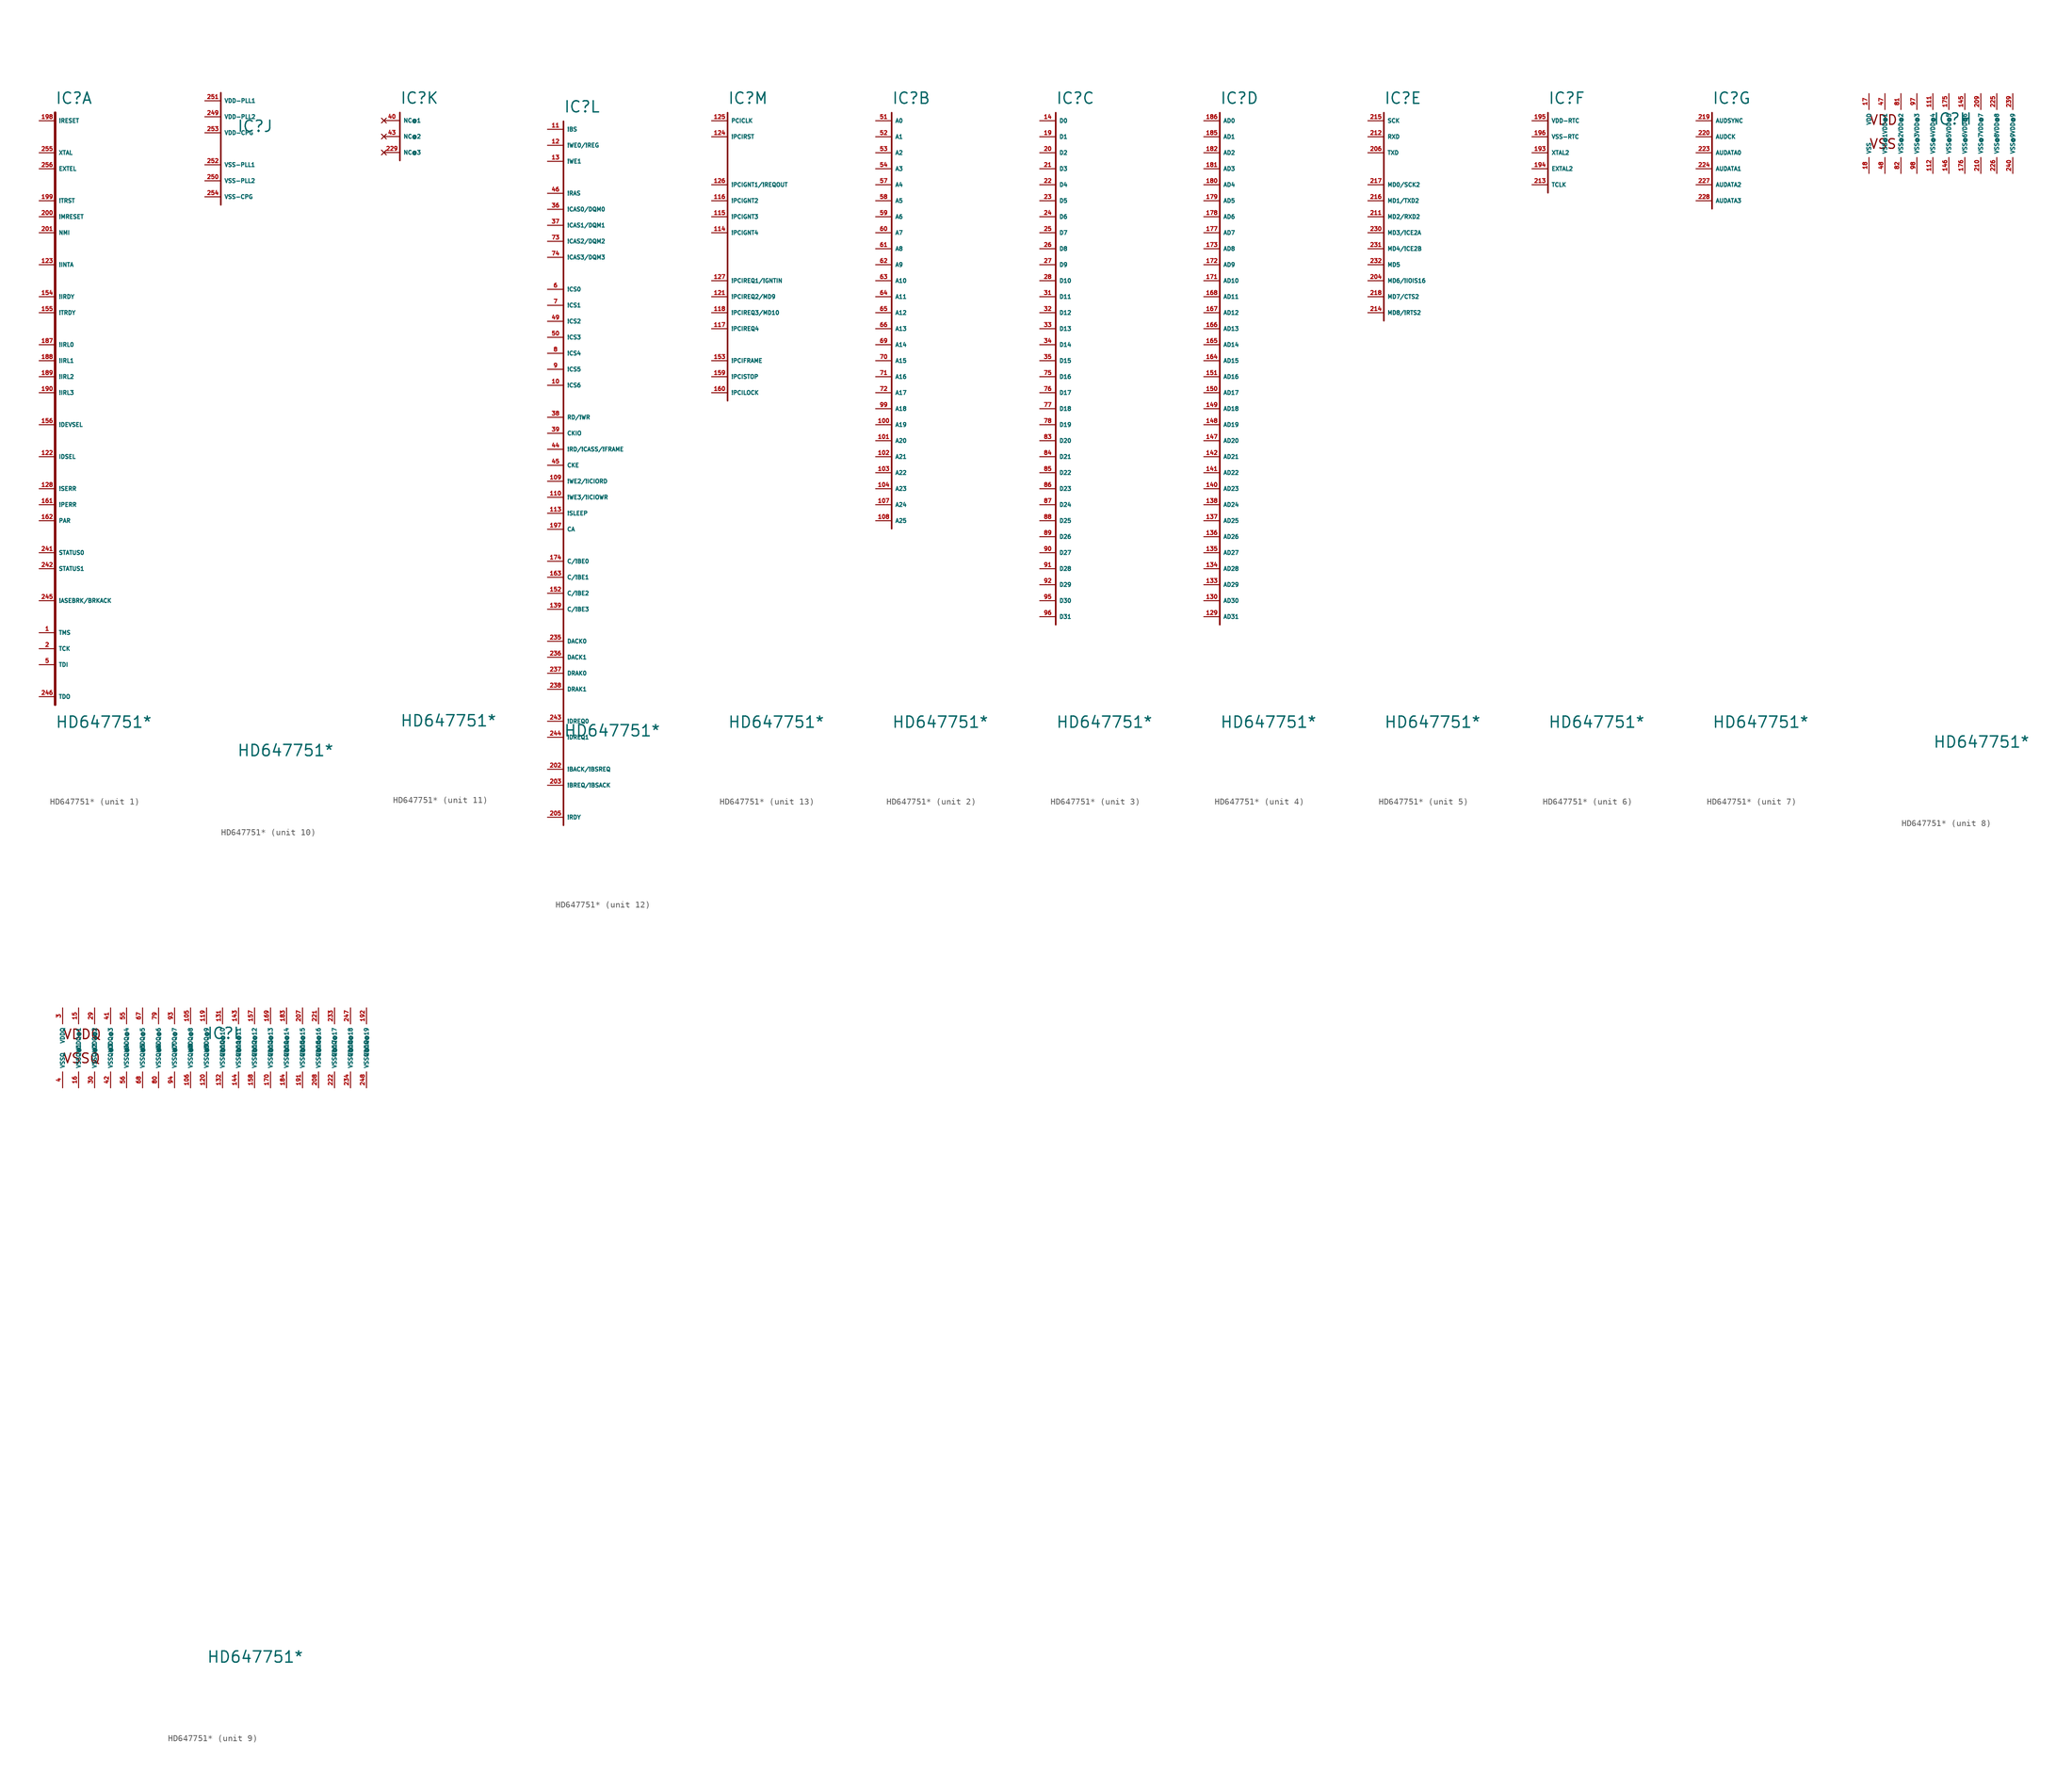
<source format=kicad_sym>
(kicad_symbol_lib
  (version 20220914)
  (generator Eagle2Kicad)
  (symbol "HD647751*"
    (property "Reference" "IC"
      (at 0 2.54 0)
      (effects (font (size 1.778 1.778) (thickness 0.22)) (justify left bottom)))
    (property "Value" "HD647751*"
      (at 0 -96.52 0)
      (effects (font (size 1.778 1.778) (thickness 0.22)) (justify left bottom)))
    (symbol "HD647751*_1_0"
      (polyline (pts (xy 0 1.27) (xy 0 -92.71)) (stroke (width 0.406) (type default)) (fill (type none)))
      (pin input line (at -2.54 -81.28 0) (length 2.54) (name "TMS" (effects (font (size 0.635 0.635) (thickness 0.08)) (justify left bottom))) (number "1" (effects (font (size 0.635 0.635) (thickness 0.08)) (justify left bottom))))
      (pin input line (at -2.54 -83.82 0) (length 2.54) (name "TCK" (effects (font (size 0.635 0.635) (thickness 0.08)) (justify left bottom))) (number "2" (effects (font (size 0.635 0.635) (thickness 0.08)) (justify left bottom))))
      (pin input line (at -2.54 -86.36 0) (length 2.54) (name "TDI" (effects (font (size 0.635 0.635) (thickness 0.08)) (justify left bottom))) (number "5" (effects (font (size 0.635 0.635) (thickness 0.08)) (justify left bottom))))
      (pin input line (at -2.54 -53.34 0) (length 2.54) (name "IDSEL" (effects (font (size 0.635 0.635) (thickness 0.08)) (justify left bottom))) (number "122" (effects (font (size 0.635 0.635) (thickness 0.08)) (justify left bottom))))
      (pin output line (at -2.54 -22.86 0) (length 2.54) (name "!INTA" (effects (font (size 0.635 0.635) (thickness 0.08)) (justify left bottom))) (number "123" (effects (font (size 0.635 0.635) (thickness 0.08)) (justify left bottom))))
      (pin bidirectional line (at -2.54 -58.42 0) (length 2.54) (name "!SERR" (effects (font (size 0.635 0.635) (thickness 0.08)) (justify left bottom))) (number "128" (effects (font (size 0.635 0.635) (thickness 0.08)) (justify left bottom))))
      (pin bidirectional line (at -2.54 -27.94 0) (length 2.54) (name "!IRDY" (effects (font (size 0.635 0.635) (thickness 0.08)) (justify left bottom))) (number "154" (effects (font (size 0.635 0.635) (thickness 0.08)) (justify left bottom))))
      (pin bidirectional line (at -2.54 -30.48 0) (length 2.54) (name "!TRDY" (effects (font (size 0.635 0.635) (thickness 0.08)) (justify left bottom))) (number "155" (effects (font (size 0.635 0.635) (thickness 0.08)) (justify left bottom))))
      (pin bidirectional line (at -2.54 -48.26 0) (length 2.54) (name "!DEVSEL" (effects (font (size 0.635 0.635) (thickness 0.08)) (justify left bottom))) (number "156" (effects (font (size 0.635 0.635) (thickness 0.08)) (justify left bottom))))
      (pin bidirectional line (at -2.54 -60.96 0) (length 2.54) (name "!PERR" (effects (font (size 0.635 0.635) (thickness 0.08)) (justify left bottom))) (number "161" (effects (font (size 0.635 0.635) (thickness 0.08)) (justify left bottom))))
      (pin bidirectional line (at -2.54 -63.5 0) (length 2.54) (name "PAR" (effects (font (size 0.635 0.635) (thickness 0.08)) (justify left bottom))) (number "162" (effects (font (size 0.635 0.635) (thickness 0.08)) (justify left bottom))))
      (pin input line (at -2.54 -35.56 0) (length 2.54) (name "!IRL0" (effects (font (size 0.635 0.635) (thickness 0.08)) (justify left bottom))) (number "187" (effects (font (size 0.635 0.635) (thickness 0.08)) (justify left bottom))))
      (pin input line (at -2.54 -38.1 0) (length 2.54) (name "!IRL1" (effects (font (size 0.635 0.635) (thickness 0.08)) (justify left bottom))) (number "188" (effects (font (size 0.635 0.635) (thickness 0.08)) (justify left bottom))))
      (pin input line (at -2.54 -40.64 0) (length 2.54) (name "!IRL2" (effects (font (size 0.635 0.635) (thickness 0.08)) (justify left bottom))) (number "189" (effects (font (size 0.635 0.635) (thickness 0.08)) (justify left bottom))))
      (pin input line (at -2.54 -43.18 0) (length 2.54) (name "!IRL3" (effects (font (size 0.635 0.635) (thickness 0.08)) (justify left bottom))) (number "190" (effects (font (size 0.635 0.635) (thickness 0.08)) (justify left bottom))))
      (pin input line (at -2.54 0 0) (length 2.54) (name "!RESET" (effects (font (size 0.635 0.635) (thickness 0.08)) (justify left bottom))) (number "198" (effects (font (size 0.635 0.635) (thickness 0.08)) (justify left bottom))))
      (pin input line (at -2.54 -12.7 0) (length 2.54) (name "!TRST" (effects (font (size 0.635 0.635) (thickness 0.08)) (justify left bottom))) (number "199" (effects (font (size 0.635 0.635) (thickness 0.08)) (justify left bottom))))
      (pin input line (at -2.54 -15.24 0) (length 2.54) (name "!MRESET" (effects (font (size 0.635 0.635) (thickness 0.08)) (justify left bottom))) (number "200" (effects (font (size 0.635 0.635) (thickness 0.08)) (justify left bottom))))
      (pin input line (at -2.54 -17.78 0) (length 2.54) (name "NMI" (effects (font (size 0.635 0.635) (thickness 0.08)) (justify left bottom))) (number "201" (effects (font (size 0.635 0.635) (thickness 0.08)) (justify left bottom))))
      (pin output line (at -2.54 -68.58 0) (length 2.54) (name "STATUS0" (effects (font (size 0.635 0.635) (thickness 0.08)) (justify left bottom))) (number "241" (effects (font (size 0.635 0.635) (thickness 0.08)) (justify left bottom))))
      (pin output line (at -2.54 -71.12 0) (length 2.54) (name "STATUS1" (effects (font (size 0.635 0.635) (thickness 0.08)) (justify left bottom))) (number "242" (effects (font (size 0.635 0.635) (thickness 0.08)) (justify left bottom))))
      (pin bidirectional line (at -2.54 -76.2 0) (length 2.54) (name "!ASEBRK/BRKACK" (effects (font (size 0.635 0.635) (thickness 0.08)) (justify left bottom))) (number "245" (effects (font (size 0.635 0.635) (thickness 0.08)) (justify left bottom))))
      (pin output line (at -2.54 -91.44 0) (length 2.54) (name "TDO" (effects (font (size 0.635 0.635) (thickness 0.08)) (justify left bottom))) (number "246" (effects (font (size 0.635 0.635) (thickness 0.08)) (justify left bottom))))
      (pin output line (at -2.54 -5.08 0) (length 2.54) (name "XTAL" (effects (font (size 0.635 0.635) (thickness 0.08)) (justify left bottom))) (number "255" (effects (font (size 0.635 0.635) (thickness 0.08)) (justify left bottom))))
      (pin input line (at -2.54 -7.62 0) (length 2.54) (name "EXTEL" (effects (font (size 0.635 0.635) (thickness 0.08)) (justify left bottom))) (number "256" (effects (font (size 0.635 0.635) (thickness 0.08)) (justify left bottom)))))
    (symbol "HD647751*_2_0"
      (polyline (pts (xy 0 1.27) (xy 0 -64.77)) (stroke (width 0.254) (type default)) (fill (type none)))
      (pin output line (at -2.54 0 0) (length 2.54) (name "A0" (effects (font (size 0.635 0.635) (thickness 0.08)) (justify left bottom))) (number "51" (effects (font (size 0.635 0.635) (thickness 0.08)) (justify left bottom))))
      (pin output line (at -2.54 -2.54 0) (length 2.54) (name "A1" (effects (font (size 0.635 0.635) (thickness 0.08)) (justify left bottom))) (number "52" (effects (font (size 0.635 0.635) (thickness 0.08)) (justify left bottom))))
      (pin output line (at -2.54 -5.08 0) (length 2.54) (name "A2" (effects (font (size 0.635 0.635) (thickness 0.08)) (justify left bottom))) (number "53" (effects (font (size 0.635 0.635) (thickness 0.08)) (justify left bottom))))
      (pin output line (at -2.54 -7.62 0) (length 2.54) (name "A3" (effects (font (size 0.635 0.635) (thickness 0.08)) (justify left bottom))) (number "54" (effects (font (size 0.635 0.635) (thickness 0.08)) (justify left bottom))))
      (pin output line (at -2.54 -10.16 0) (length 2.54) (name "A4" (effects (font (size 0.635 0.635) (thickness 0.08)) (justify left bottom))) (number "57" (effects (font (size 0.635 0.635) (thickness 0.08)) (justify left bottom))))
      (pin output line (at -2.54 -12.7 0) (length 2.54) (name "A5" (effects (font (size 0.635 0.635) (thickness 0.08)) (justify left bottom))) (number "58" (effects (font (size 0.635 0.635) (thickness 0.08)) (justify left bottom))))
      (pin output line (at -2.54 -15.24 0) (length 2.54) (name "A6" (effects (font (size 0.635 0.635) (thickness 0.08)) (justify left bottom))) (number "59" (effects (font (size 0.635 0.635) (thickness 0.08)) (justify left bottom))))
      (pin output line (at -2.54 -17.78 0) (length 2.54) (name "A7" (effects (font (size 0.635 0.635) (thickness 0.08)) (justify left bottom))) (number "60" (effects (font (size 0.635 0.635) (thickness 0.08)) (justify left bottom))))
      (pin output line (at -2.54 -20.32 0) (length 2.54) (name "A8" (effects (font (size 0.635 0.635) (thickness 0.08)) (justify left bottom))) (number "61" (effects (font (size 0.635 0.635) (thickness 0.08)) (justify left bottom))))
      (pin output line (at -2.54 -22.86 0) (length 2.54) (name "A9" (effects (font (size 0.635 0.635) (thickness 0.08)) (justify left bottom))) (number "62" (effects (font (size 0.635 0.635) (thickness 0.08)) (justify left bottom))))
      (pin output line (at -2.54 -25.4 0) (length 2.54) (name "A10" (effects (font (size 0.635 0.635) (thickness 0.08)) (justify left bottom))) (number "63" (effects (font (size 0.635 0.635) (thickness 0.08)) (justify left bottom))))
      (pin output line (at -2.54 -27.94 0) (length 2.54) (name "A11" (effects (font (size 0.635 0.635) (thickness 0.08)) (justify left bottom))) (number "64" (effects (font (size 0.635 0.635) (thickness 0.08)) (justify left bottom))))
      (pin output line (at -2.54 -30.48 0) (length 2.54) (name "A12" (effects (font (size 0.635 0.635) (thickness 0.08)) (justify left bottom))) (number "65" (effects (font (size 0.635 0.635) (thickness 0.08)) (justify left bottom))))
      (pin output line (at -2.54 -33.02 0) (length 2.54) (name "A13" (effects (font (size 0.635 0.635) (thickness 0.08)) (justify left bottom))) (number "66" (effects (font (size 0.635 0.635) (thickness 0.08)) (justify left bottom))))
      (pin output line (at -2.54 -35.56 0) (length 2.54) (name "A14" (effects (font (size 0.635 0.635) (thickness 0.08)) (justify left bottom))) (number "69" (effects (font (size 0.635 0.635) (thickness 0.08)) (justify left bottom))))
      (pin output line (at -2.54 -38.1 0) (length 2.54) (name "A15" (effects (font (size 0.635 0.635) (thickness 0.08)) (justify left bottom))) (number "70" (effects (font (size 0.635 0.635) (thickness 0.08)) (justify left bottom))))
      (pin output line (at -2.54 -40.64 0) (length 2.54) (name "A16" (effects (font (size 0.635 0.635) (thickness 0.08)) (justify left bottom))) (number "71" (effects (font (size 0.635 0.635) (thickness 0.08)) (justify left bottom))))
      (pin output line (at -2.54 -43.18 0) (length 2.54) (name "A17" (effects (font (size 0.635 0.635) (thickness 0.08)) (justify left bottom))) (number "72" (effects (font (size 0.635 0.635) (thickness 0.08)) (justify left bottom))))
      (pin output line (at -2.54 -45.72 0) (length 2.54) (name "A18" (effects (font (size 0.635 0.635) (thickness 0.08)) (justify left bottom))) (number "99" (effects (font (size 0.635 0.635) (thickness 0.08)) (justify left bottom))))
      (pin output line (at -2.54 -48.26 0) (length 2.54) (name "A19" (effects (font (size 0.635 0.635) (thickness 0.08)) (justify left bottom))) (number "100" (effects (font (size 0.635 0.635) (thickness 0.08)) (justify left bottom))))
      (pin output line (at -2.54 -50.8 0) (length 2.54) (name "A20" (effects (font (size 0.635 0.635) (thickness 0.08)) (justify left bottom))) (number "101" (effects (font (size 0.635 0.635) (thickness 0.08)) (justify left bottom))))
      (pin output line (at -2.54 -53.34 0) (length 2.54) (name "A21" (effects (font (size 0.635 0.635) (thickness 0.08)) (justify left bottom))) (number "102" (effects (font (size 0.635 0.635) (thickness 0.08)) (justify left bottom))))
      (pin output line (at -2.54 -55.88 0) (length 2.54) (name "A22" (effects (font (size 0.635 0.635) (thickness 0.08)) (justify left bottom))) (number "103" (effects (font (size 0.635 0.635) (thickness 0.08)) (justify left bottom))))
      (pin output line (at -2.54 -58.42 0) (length 2.54) (name "A23" (effects (font (size 0.635 0.635) (thickness 0.08)) (justify left bottom))) (number "104" (effects (font (size 0.635 0.635) (thickness 0.08)) (justify left bottom))))
      (pin output line (at -2.54 -60.96 0) (length 2.54) (name "A24" (effects (font (size 0.635 0.635) (thickness 0.08)) (justify left bottom))) (number "107" (effects (font (size 0.635 0.635) (thickness 0.08)) (justify left bottom))))
      (pin output line (at -2.54 -63.5 0) (length 2.54) (name "A25" (effects (font (size 0.635 0.635) (thickness 0.08)) (justify left bottom))) (number "108" (effects (font (size 0.635 0.635) (thickness 0.08)) (justify left bottom)))))
    (symbol "HD647751*_3_0"
      (polyline (pts (xy 0 1.27) (xy 0 -80.01)) (stroke (width 0.254) (type default)) (fill (type none)))
      (pin bidirectional line (at -2.54 0 0) (length 2.54) (name "D0" (effects (font (size 0.635 0.635) (thickness 0.08)) (justify left bottom))) (number "14" (effects (font (size 0.635 0.635) (thickness 0.08)) (justify left bottom))))
      (pin bidirectional line (at -2.54 -2.54 0) (length 2.54) (name "D1" (effects (font (size 0.635 0.635) (thickness 0.08)) (justify left bottom))) (number "19" (effects (font (size 0.635 0.635) (thickness 0.08)) (justify left bottom))))
      (pin bidirectional line (at -2.54 -5.08 0) (length 2.54) (name "D2" (effects (font (size 0.635 0.635) (thickness 0.08)) (justify left bottom))) (number "20" (effects (font (size 0.635 0.635) (thickness 0.08)) (justify left bottom))))
      (pin bidirectional line (at -2.54 -7.62 0) (length 2.54) (name "D3" (effects (font (size 0.635 0.635) (thickness 0.08)) (justify left bottom))) (number "21" (effects (font (size 0.635 0.635) (thickness 0.08)) (justify left bottom))))
      (pin bidirectional line (at -2.54 -10.16 0) (length 2.54) (name "D4" (effects (font (size 0.635 0.635) (thickness 0.08)) (justify left bottom))) (number "22" (effects (font (size 0.635 0.635) (thickness 0.08)) (justify left bottom))))
      (pin bidirectional line (at -2.54 -12.7 0) (length 2.54) (name "D5" (effects (font (size 0.635 0.635) (thickness 0.08)) (justify left bottom))) (number "23" (effects (font (size 0.635 0.635) (thickness 0.08)) (justify left bottom))))
      (pin bidirectional line (at -2.54 -15.24 0) (length 2.54) (name "D6" (effects (font (size 0.635 0.635) (thickness 0.08)) (justify left bottom))) (number "24" (effects (font (size 0.635 0.635) (thickness 0.08)) (justify left bottom))))
      (pin bidirectional line (at -2.54 -17.78 0) (length 2.54) (name "D7" (effects (font (size 0.635 0.635) (thickness 0.08)) (justify left bottom))) (number "25" (effects (font (size 0.635 0.635) (thickness 0.08)) (justify left bottom))))
      (pin bidirectional line (at -2.54 -20.32 0) (length 2.54) (name "D8" (effects (font (size 0.635 0.635) (thickness 0.08)) (justify left bottom))) (number "26" (effects (font (size 0.635 0.635) (thickness 0.08)) (justify left bottom))))
      (pin bidirectional line (at -2.54 -22.86 0) (length 2.54) (name "D9" (effects (font (size 0.635 0.635) (thickness 0.08)) (justify left bottom))) (number "27" (effects (font (size 0.635 0.635) (thickness 0.08)) (justify left bottom))))
      (pin bidirectional line (at -2.54 -25.4 0) (length 2.54) (name "D10" (effects (font (size 0.635 0.635) (thickness 0.08)) (justify left bottom))) (number "28" (effects (font (size 0.635 0.635) (thickness 0.08)) (justify left bottom))))
      (pin bidirectional line (at -2.54 -27.94 0) (length 2.54) (name "D11" (effects (font (size 0.635 0.635) (thickness 0.08)) (justify left bottom))) (number "31" (effects (font (size 0.635 0.635) (thickness 0.08)) (justify left bottom))))
      (pin bidirectional line (at -2.54 -30.48 0) (length 2.54) (name "D12" (effects (font (size 0.635 0.635) (thickness 0.08)) (justify left bottom))) (number "32" (effects (font (size 0.635 0.635) (thickness 0.08)) (justify left bottom))))
      (pin bidirectional line (at -2.54 -33.02 0) (length 2.54) (name "D13" (effects (font (size 0.635 0.635) (thickness 0.08)) (justify left bottom))) (number "33" (effects (font (size 0.635 0.635) (thickness 0.08)) (justify left bottom))))
      (pin bidirectional line (at -2.54 -35.56 0) (length 2.54) (name "D14" (effects (font (size 0.635 0.635) (thickness 0.08)) (justify left bottom))) (number "34" (effects (font (size 0.635 0.635) (thickness 0.08)) (justify left bottom))))
      (pin bidirectional line (at -2.54 -38.1 0) (length 2.54) (name "D15" (effects (font (size 0.635 0.635) (thickness 0.08)) (justify left bottom))) (number "35" (effects (font (size 0.635 0.635) (thickness 0.08)) (justify left bottom))))
      (pin bidirectional line (at -2.54 -40.64 0) (length 2.54) (name "D16" (effects (font (size 0.635 0.635) (thickness 0.08)) (justify left bottom))) (number "75" (effects (font (size 0.635 0.635) (thickness 0.08)) (justify left bottom))))
      (pin bidirectional line (at -2.54 -43.18 0) (length 2.54) (name "D17" (effects (font (size 0.635 0.635) (thickness 0.08)) (justify left bottom))) (number "76" (effects (font (size 0.635 0.635) (thickness 0.08)) (justify left bottom))))
      (pin bidirectional line (at -2.54 -45.72 0) (length 2.54) (name "D18" (effects (font (size 0.635 0.635) (thickness 0.08)) (justify left bottom))) (number "77" (effects (font (size 0.635 0.635) (thickness 0.08)) (justify left bottom))))
      (pin bidirectional line (at -2.54 -48.26 0) (length 2.54) (name "D19" (effects (font (size 0.635 0.635) (thickness 0.08)) (justify left bottom))) (number "78" (effects (font (size 0.635 0.635) (thickness 0.08)) (justify left bottom))))
      (pin bidirectional line (at -2.54 -50.8 0) (length 2.54) (name "D20" (effects (font (size 0.635 0.635) (thickness 0.08)) (justify left bottom))) (number "83" (effects (font (size 0.635 0.635) (thickness 0.08)) (justify left bottom))))
      (pin bidirectional line (at -2.54 -53.34 0) (length 2.54) (name "D21" (effects (font (size 0.635 0.635) (thickness 0.08)) (justify left bottom))) (number "84" (effects (font (size 0.635 0.635) (thickness 0.08)) (justify left bottom))))
      (pin bidirectional line (at -2.54 -55.88 0) (length 2.54) (name "D22" (effects (font (size 0.635 0.635) (thickness 0.08)) (justify left bottom))) (number "85" (effects (font (size 0.635 0.635) (thickness 0.08)) (justify left bottom))))
      (pin bidirectional line (at -2.54 -58.42 0) (length 2.54) (name "D23" (effects (font (size 0.635 0.635) (thickness 0.08)) (justify left bottom))) (number "86" (effects (font (size 0.635 0.635) (thickness 0.08)) (justify left bottom))))
      (pin bidirectional line (at -2.54 -60.96 0) (length 2.54) (name "D24" (effects (font (size 0.635 0.635) (thickness 0.08)) (justify left bottom))) (number "87" (effects (font (size 0.635 0.635) (thickness 0.08)) (justify left bottom))))
      (pin bidirectional line (at -2.54 -63.5 0) (length 2.54) (name "D25" (effects (font (size 0.635 0.635) (thickness 0.08)) (justify left bottom))) (number "88" (effects (font (size 0.635 0.635) (thickness 0.08)) (justify left bottom))))
      (pin bidirectional line (at -2.54 -66.04 0) (length 2.54) (name "D26" (effects (font (size 0.635 0.635) (thickness 0.08)) (justify left bottom))) (number "89" (effects (font (size 0.635 0.635) (thickness 0.08)) (justify left bottom))))
      (pin bidirectional line (at -2.54 -68.58 0) (length 2.54) (name "D27" (effects (font (size 0.635 0.635) (thickness 0.08)) (justify left bottom))) (number "90" (effects (font (size 0.635 0.635) (thickness 0.08)) (justify left bottom))))
      (pin bidirectional line (at -2.54 -71.12 0) (length 2.54) (name "D28" (effects (font (size 0.635 0.635) (thickness 0.08)) (justify left bottom))) (number "91" (effects (font (size 0.635 0.635) (thickness 0.08)) (justify left bottom))))
      (pin bidirectional line (at -2.54 -73.66 0) (length 2.54) (name "D29" (effects (font (size 0.635 0.635) (thickness 0.08)) (justify left bottom))) (number "92" (effects (font (size 0.635 0.635) (thickness 0.08)) (justify left bottom))))
      (pin bidirectional line (at -2.54 -76.2 0) (length 2.54) (name "D30" (effects (font (size 0.635 0.635) (thickness 0.08)) (justify left bottom))) (number "95" (effects (font (size 0.635 0.635) (thickness 0.08)) (justify left bottom))))
      (pin bidirectional line (at -2.54 -78.74 0) (length 2.54) (name "D31" (effects (font (size 0.635 0.635) (thickness 0.08)) (justify left bottom))) (number "96" (effects (font (size 0.635 0.635) (thickness 0.08)) (justify left bottom)))))
    (symbol "HD647751*_4_0"
      (polyline (pts (xy 0 1.27) (xy 0 -80.01)) (stroke (width 0.254) (type default)) (fill (type none)))
      (pin bidirectional line (at -2.54 0 0) (length 2.54) (name "AD0" (effects (font (size 0.635 0.635) (thickness 0.08)) (justify left bottom))) (number "186" (effects (font (size 0.635 0.635) (thickness 0.08)) (justify left bottom))))
      (pin bidirectional line (at -2.54 -2.54 0) (length 2.54) (name "AD1" (effects (font (size 0.635 0.635) (thickness 0.08)) (justify left bottom))) (number "185" (effects (font (size 0.635 0.635) (thickness 0.08)) (justify left bottom))))
      (pin bidirectional line (at -2.54 -5.08 0) (length 2.54) (name "AD2" (effects (font (size 0.635 0.635) (thickness 0.08)) (justify left bottom))) (number "182" (effects (font (size 0.635 0.635) (thickness 0.08)) (justify left bottom))))
      (pin bidirectional line (at -2.54 -7.62 0) (length 2.54) (name "AD3" (effects (font (size 0.635 0.635) (thickness 0.08)) (justify left bottom))) (number "181" (effects (font (size 0.635 0.635) (thickness 0.08)) (justify left bottom))))
      (pin bidirectional line (at -2.54 -10.16 0) (length 2.54) (name "AD4" (effects (font (size 0.635 0.635) (thickness 0.08)) (justify left bottom))) (number "180" (effects (font (size 0.635 0.635) (thickness 0.08)) (justify left bottom))))
      (pin bidirectional line (at -2.54 -12.7 0) (length 2.54) (name "AD5" (effects (font (size 0.635 0.635) (thickness 0.08)) (justify left bottom))) (number "179" (effects (font (size 0.635 0.635) (thickness 0.08)) (justify left bottom))))
      (pin bidirectional line (at -2.54 -15.24 0) (length 2.54) (name "AD6" (effects (font (size 0.635 0.635) (thickness 0.08)) (justify left bottom))) (number "178" (effects (font (size 0.635 0.635) (thickness 0.08)) (justify left bottom))))
      (pin bidirectional line (at -2.54 -17.78 0) (length 2.54) (name "AD7" (effects (font (size 0.635 0.635) (thickness 0.08)) (justify left bottom))) (number "177" (effects (font (size 0.635 0.635) (thickness 0.08)) (justify left bottom))))
      (pin bidirectional line (at -2.54 -20.32 0) (length 2.54) (name "AD8" (effects (font (size 0.635 0.635) (thickness 0.08)) (justify left bottom))) (number "173" (effects (font (size 0.635 0.635) (thickness 0.08)) (justify left bottom))))
      (pin bidirectional line (at -2.54 -22.86 0) (length 2.54) (name "AD9" (effects (font (size 0.635 0.635) (thickness 0.08)) (justify left bottom))) (number "172" (effects (font (size 0.635 0.635) (thickness 0.08)) (justify left bottom))))
      (pin bidirectional line (at -2.54 -25.4 0) (length 2.54) (name "AD10" (effects (font (size 0.635 0.635) (thickness 0.08)) (justify left bottom))) (number "171" (effects (font (size 0.635 0.635) (thickness 0.08)) (justify left bottom))))
      (pin bidirectional line (at -2.54 -27.94 0) (length 2.54) (name "AD11" (effects (font (size 0.635 0.635) (thickness 0.08)) (justify left bottom))) (number "168" (effects (font (size 0.635 0.635) (thickness 0.08)) (justify left bottom))))
      (pin bidirectional line (at -2.54 -30.48 0) (length 2.54) (name "AD12" (effects (font (size 0.635 0.635) (thickness 0.08)) (justify left bottom))) (number "167" (effects (font (size 0.635 0.635) (thickness 0.08)) (justify left bottom))))
      (pin bidirectional line (at -2.54 -33.02 0) (length 2.54) (name "AD13" (effects (font (size 0.635 0.635) (thickness 0.08)) (justify left bottom))) (number "166" (effects (font (size 0.635 0.635) (thickness 0.08)) (justify left bottom))))
      (pin bidirectional line (at -2.54 -35.56 0) (length 2.54) (name "AD14" (effects (font (size 0.635 0.635) (thickness 0.08)) (justify left bottom))) (number "165" (effects (font (size 0.635 0.635) (thickness 0.08)) (justify left bottom))))
      (pin bidirectional line (at -2.54 -38.1 0) (length 2.54) (name "AD15" (effects (font (size 0.635 0.635) (thickness 0.08)) (justify left bottom))) (number "164" (effects (font (size 0.635 0.635) (thickness 0.08)) (justify left bottom))))
      (pin bidirectional line (at -2.54 -40.64 0) (length 2.54) (name "AD16" (effects (font (size 0.635 0.635) (thickness 0.08)) (justify left bottom))) (number "151" (effects (font (size 0.635 0.635) (thickness 0.08)) (justify left bottom))))
      (pin bidirectional line (at -2.54 -43.18 0) (length 2.54) (name "AD17" (effects (font (size 0.635 0.635) (thickness 0.08)) (justify left bottom))) (number "150" (effects (font (size 0.635 0.635) (thickness 0.08)) (justify left bottom))))
      (pin bidirectional line (at -2.54 -45.72 0) (length 2.54) (name "AD18" (effects (font (size 0.635 0.635) (thickness 0.08)) (justify left bottom))) (number "149" (effects (font (size 0.635 0.635) (thickness 0.08)) (justify left bottom))))
      (pin bidirectional line (at -2.54 -48.26 0) (length 2.54) (name "AD19" (effects (font (size 0.635 0.635) (thickness 0.08)) (justify left bottom))) (number "148" (effects (font (size 0.635 0.635) (thickness 0.08)) (justify left bottom))))
      (pin bidirectional line (at -2.54 -50.8 0) (length 2.54) (name "AD20" (effects (font (size 0.635 0.635) (thickness 0.08)) (justify left bottom))) (number "147" (effects (font (size 0.635 0.635) (thickness 0.08)) (justify left bottom))))
      (pin bidirectional line (at -2.54 -53.34 0) (length 2.54) (name "AD21" (effects (font (size 0.635 0.635) (thickness 0.08)) (justify left bottom))) (number "142" (effects (font (size 0.635 0.635) (thickness 0.08)) (justify left bottom))))
      (pin bidirectional line (at -2.54 -55.88 0) (length 2.54) (name "AD22" (effects (font (size 0.635 0.635) (thickness 0.08)) (justify left bottom))) (number "141" (effects (font (size 0.635 0.635) (thickness 0.08)) (justify left bottom))))
      (pin bidirectional line (at -2.54 -58.42 0) (length 2.54) (name "AD23" (effects (font (size 0.635 0.635) (thickness 0.08)) (justify left bottom))) (number "140" (effects (font (size 0.635 0.635) (thickness 0.08)) (justify left bottom))))
      (pin bidirectional line (at -2.54 -60.96 0) (length 2.54) (name "AD24" (effects (font (size 0.635 0.635) (thickness 0.08)) (justify left bottom))) (number "138" (effects (font (size 0.635 0.635) (thickness 0.08)) (justify left bottom))))
      (pin bidirectional line (at -2.54 -63.5 0) (length 2.54) (name "AD25" (effects (font (size 0.635 0.635) (thickness 0.08)) (justify left bottom))) (number "137" (effects (font (size 0.635 0.635) (thickness 0.08)) (justify left bottom))))
      (pin bidirectional line (at -2.54 -66.04 0) (length 2.54) (name "AD26" (effects (font (size 0.635 0.635) (thickness 0.08)) (justify left bottom))) (number "136" (effects (font (size 0.635 0.635) (thickness 0.08)) (justify left bottom))))
      (pin bidirectional line (at -2.54 -68.58 0) (length 2.54) (name "AD27" (effects (font (size 0.635 0.635) (thickness 0.08)) (justify left bottom))) (number "135" (effects (font (size 0.635 0.635) (thickness 0.08)) (justify left bottom))))
      (pin bidirectional line (at -2.54 -71.12 0) (length 2.54) (name "AD28" (effects (font (size 0.635 0.635) (thickness 0.08)) (justify left bottom))) (number "134" (effects (font (size 0.635 0.635) (thickness 0.08)) (justify left bottom))))
      (pin bidirectional line (at -2.54 -73.66 0) (length 2.54) (name "AD29" (effects (font (size 0.635 0.635) (thickness 0.08)) (justify left bottom))) (number "133" (effects (font (size 0.635 0.635) (thickness 0.08)) (justify left bottom))))
      (pin bidirectional line (at -2.54 -76.2 0) (length 2.54) (name "AD30" (effects (font (size 0.635 0.635) (thickness 0.08)) (justify left bottom))) (number "130" (effects (font (size 0.635 0.635) (thickness 0.08)) (justify left bottom))))
      (pin bidirectional line (at -2.54 -78.74 0) (length 2.54) (name "AD31" (effects (font (size 0.635 0.635) (thickness 0.08)) (justify left bottom))) (number "129" (effects (font (size 0.635 0.635) (thickness 0.08)) (justify left bottom)))))
    (symbol "HD647751*_5_0"
      (polyline (pts (xy 0 1.27) (xy 0 -31.75)) (stroke (width 0.254) (type default)) (fill (type none)))
      (pin output line (at -2.54 -5.08 0) (length 2.54) (name "TXD" (effects (font (size 0.635 0.635) (thickness 0.08)) (justify left bottom))) (number "206" (effects (font (size 0.635 0.635) (thickness 0.08)) (justify left bottom))))
      (pin input line (at -2.54 -15.24 0) (length 2.54) (name "MD2/RXD2" (effects (font (size 0.635 0.635) (thickness 0.08)) (justify left bottom))) (number "211" (effects (font (size 0.635 0.635) (thickness 0.08)) (justify left bottom))))
      (pin input line (at -2.54 -2.54 0) (length 2.54) (name "RXD" (effects (font (size 0.635 0.635) (thickness 0.08)) (justify left bottom))) (number "212" (effects (font (size 0.635 0.635) (thickness 0.08)) (justify left bottom))))
      (pin bidirectional line (at -2.54 -30.48 0) (length 2.54) (name "MD8/!RTS2" (effects (font (size 0.635 0.635) (thickness 0.08)) (justify left bottom))) (number "214" (effects (font (size 0.635 0.635) (thickness 0.08)) (justify left bottom))))
      (pin bidirectional line (at -2.54 0 0) (length 2.54) (name "SCK" (effects (font (size 0.635 0.635) (thickness 0.08)) (justify left bottom))) (number "215" (effects (font (size 0.635 0.635) (thickness 0.08)) (justify left bottom))))
      (pin bidirectional line (at -2.54 -12.7 0) (length 2.54) (name "MD1/TXD2" (effects (font (size 0.635 0.635) (thickness 0.08)) (justify left bottom))) (number "216" (effects (font (size 0.635 0.635) (thickness 0.08)) (justify left bottom))))
      (pin bidirectional line (at -2.54 -10.16 0) (length 2.54) (name "MD0/SCK2" (effects (font (size 0.635 0.635) (thickness 0.08)) (justify left bottom))) (number "217" (effects (font (size 0.635 0.635) (thickness 0.08)) (justify left bottom))))
      (pin bidirectional line (at -2.54 -27.94 0) (length 2.54) (name "MD7/CTS2" (effects (font (size 0.635 0.635) (thickness 0.08)) (justify left bottom))) (number "218" (effects (font (size 0.635 0.635) (thickness 0.08)) (justify left bottom))))
      (pin bidirectional line (at -2.54 -17.78 0) (length 2.54) (name "MD3/!CE2A" (effects (font (size 0.635 0.635) (thickness 0.08)) (justify left bottom))) (number "230" (effects (font (size 0.635 0.635) (thickness 0.08)) (justify left bottom))))
      (pin bidirectional line (at -2.54 -20.32 0) (length 2.54) (name "MD4/!CE2B" (effects (font (size 0.635 0.635) (thickness 0.08)) (justify left bottom))) (number "231" (effects (font (size 0.635 0.635) (thickness 0.08)) (justify left bottom))))
      (pin input line (at -2.54 -22.86 0) (length 2.54) (name "MD5" (effects (font (size 0.635 0.635) (thickness 0.08)) (justify left bottom))) (number "232" (effects (font (size 0.635 0.635) (thickness 0.08)) (justify left bottom))))
      (pin input line (at -2.54 -25.4 0) (length 2.54) (name "MD6/!IOIS16" (effects (font (size 0.635 0.635) (thickness 0.08)) (justify left bottom))) (number "204" (effects (font (size 0.635 0.635) (thickness 0.08)) (justify left bottom)))))
    (symbol "HD647751*_6_0"
      (polyline (pts (xy 0 1.27) (xy 0 -11.43)) (stroke (width 0.254) (type default)) (fill (type none)))
      (pin output line (at -2.54 -5.08 0) (length 2.54) (name "XTAL2" (effects (font (size 0.635 0.635) (thickness 0.08)) (justify left bottom))) (number "193" (effects (font (size 0.635 0.635) (thickness 0.08)) (justify left bottom))))
      (pin input line (at -2.54 -7.62 0) (length 2.54) (name "EXTAL2" (effects (font (size 0.635 0.635) (thickness 0.08)) (justify left bottom))) (number "194" (effects (font (size 0.635 0.635) (thickness 0.08)) (justify left bottom))))
      (pin unspecified line (at -2.54 0 0) (length 2.54) (name "VDD-RTC" (effects (font (size 0.635 0.635) (thickness 0.08)) (justify left bottom))) (number "195" (effects (font (size 0.635 0.635) (thickness 0.08)) (justify left bottom))))
      (pin unspecified line (at -2.54 -2.54 0) (length 2.54) (name "VSS-RTC" (effects (font (size 0.635 0.635) (thickness 0.08)) (justify left bottom))) (number "196" (effects (font (size 0.635 0.635) (thickness 0.08)) (justify left bottom))))
      (pin bidirectional line (at -2.54 -10.16 0) (length 2.54) (name "TCLK" (effects (font (size 0.635 0.635) (thickness 0.08)) (justify left bottom))) (number "213" (effects (font (size 0.635 0.635) (thickness 0.08)) (justify left bottom)))))
    (symbol "HD647751*_7_0"
      (polyline (pts (xy 0 1.27) (xy 0 -13.97)) (stroke (width 0.254) (type default)) (fill (type none)))
      (pin passive line (at -2.54 0 0) (length 2.54) (name "AUDSYNC" (effects (font (size 0.635 0.635) (thickness 0.08)) (justify left bottom))) (number "219" (effects (font (size 0.635 0.635) (thickness 0.08)) (justify left bottom))))
      (pin passive line (at -2.54 -2.54 0) (length 2.54) (name "AUDCK" (effects (font (size 0.635 0.635) (thickness 0.08)) (justify left bottom))) (number "220" (effects (font (size 0.635 0.635) (thickness 0.08)) (justify left bottom))))
      (pin passive line (at -2.54 -5.08 0) (length 2.54) (name "AUDATA0" (effects (font (size 0.635 0.635) (thickness 0.08)) (justify left bottom))) (number "223" (effects (font (size 0.635 0.635) (thickness 0.08)) (justify left bottom))))
      (pin passive line (at -2.54 -7.62 0) (length 2.54) (name "AUDATA1" (effects (font (size 0.635 0.635) (thickness 0.08)) (justify left bottom))) (number "224" (effects (font (size 0.635 0.635) (thickness 0.08)) (justify left bottom))))
      (pin passive line (at -2.54 -10.16 0) (length 2.54) (name "AUDATA2" (effects (font (size 0.635 0.635) (thickness 0.08)) (justify left bottom))) (number "227" (effects (font (size 0.635 0.635) (thickness 0.08)) (justify left bottom))))
      (pin passive line (at -2.54 -12.7 0) (length 2.54) (name "AUDATA3" (effects (font (size 0.635 0.635) (thickness 0.08)) (justify left bottom))) (number "228" (effects (font (size 0.635 0.635) (thickness 0.08)) (justify left bottom)))))
    (symbol "HD647751*_8_0"
      (text "VDD" (at -10.16 2.54 0) (effects (font (size 1.524 1.524) (thickness 0.19)) (justify left bottom)))
      (text "VSS" (at -10.16 -1.27 0) (effects (font (size 1.524 1.524) (thickness 0.19)) (justify left bottom)))
      (pin unspecified line (at -10.16 7.62 270) (length 2.54) (name "VDD" (effects (font (size 0.635 0.635) (thickness 0.08)) (justify left bottom))) (number "17" (effects (font (size 0.635 0.635) (thickness 0.08)) (justify left bottom))))
      (pin unspecified line (at -10.16 -5.08 90) (length 2.54) (name "VSS" (effects (font (size 0.635 0.635) (thickness 0.08)) (justify left bottom))) (number "18" (effects (font (size 0.635 0.635) (thickness 0.08)) (justify left bottom))))
      (pin unspecified line (at -7.62 7.62 270) (length 2.54) (name "VDD@1" (effects (font (size 0.635 0.635) (thickness 0.08)) (justify left bottom))) (number "47" (effects (font (size 0.635 0.635) (thickness 0.08)) (justify left bottom))))
      (pin unspecified line (at -7.62 -5.08 90) (length 2.54) (name "VSS@1" (effects (font (size 0.635 0.635) (thickness 0.08)) (justify left bottom))) (number "48" (effects (font (size 0.635 0.635) (thickness 0.08)) (justify left bottom))))
      (pin unspecified line (at -5.08 7.62 270) (length 2.54) (name "VDD@2" (effects (font (size 0.635 0.635) (thickness 0.08)) (justify left bottom))) (number "81" (effects (font (size 0.635 0.635) (thickness 0.08)) (justify left bottom))))
      (pin unspecified line (at -5.08 -5.08 90) (length 2.54) (name "VSS@2" (effects (font (size 0.635 0.635) (thickness 0.08)) (justify left bottom))) (number "82" (effects (font (size 0.635 0.635) (thickness 0.08)) (justify left bottom))))
      (pin unspecified line (at -2.54 7.62 270) (length 2.54) (name "VDD@3" (effects (font (size 0.635 0.635) (thickness 0.08)) (justify left bottom))) (number "97" (effects (font (size 0.635 0.635) (thickness 0.08)) (justify left bottom))))
      (pin unspecified line (at -2.54 -5.08 90) (length 2.54) (name "VSS@3" (effects (font (size 0.635 0.635) (thickness 0.08)) (justify left bottom))) (number "98" (effects (font (size 0.635 0.635) (thickness 0.08)) (justify left bottom))))
      (pin unspecified line (at 0 7.62 270) (length 2.54) (name "VDD@4" (effects (font (size 0.635 0.635) (thickness 0.08)) (justify left bottom))) (number "111" (effects (font (size 0.635 0.635) (thickness 0.08)) (justify left bottom))))
      (pin unspecified line (at 0 -5.08 90) (length 2.54) (name "VSS@4" (effects (font (size 0.635 0.635) (thickness 0.08)) (justify left bottom))) (number "112" (effects (font (size 0.635 0.635) (thickness 0.08)) (justify left bottom))))
      (pin unspecified line (at 2.54 7.62 270) (length 2.54) (name "VDD@5" (effects (font (size 0.635 0.635) (thickness 0.08)) (justify left bottom))) (number "175" (effects (font (size 0.635 0.635) (thickness 0.08)) (justify left bottom))))
      (pin unspecified line (at 2.54 -5.08 90) (length 2.54) (name "VSS@5" (effects (font (size 0.635 0.635) (thickness 0.08)) (justify left bottom))) (number "146" (effects (font (size 0.635 0.635) (thickness 0.08)) (justify left bottom))))
      (pin unspecified line (at 5.08 7.62 270) (length 2.54) (name "VDD@6" (effects (font (size 0.635 0.635) (thickness 0.08)) (justify left bottom))) (number "145" (effects (font (size 0.635 0.635) (thickness 0.08)) (justify left bottom))))
      (pin unspecified line (at 5.08 -5.08 90) (length 2.54) (name "VSS@6" (effects (font (size 0.635 0.635) (thickness 0.08)) (justify left bottom))) (number "176" (effects (font (size 0.635 0.635) (thickness 0.08)) (justify left bottom))))
      (pin unspecified line (at 7.62 7.62 270) (length 2.54) (name "VDD@7" (effects (font (size 0.635 0.635) (thickness 0.08)) (justify left bottom))) (number "209" (effects (font (size 0.635 0.635) (thickness 0.08)) (justify left bottom))))
      (pin unspecified line (at 7.62 -5.08 90) (length 2.54) (name "VSS@7" (effects (font (size 0.635 0.635) (thickness 0.08)) (justify left bottom))) (number "210" (effects (font (size 0.635 0.635) (thickness 0.08)) (justify left bottom))))
      (pin unspecified line (at 10.16 7.62 270) (length 2.54) (name "VDD@8" (effects (font (size 0.635 0.635) (thickness 0.08)) (justify left bottom))) (number "225" (effects (font (size 0.635 0.635) (thickness 0.08)) (justify left bottom))))
      (pin unspecified line (at 10.16 -5.08 90) (length 2.54) (name "VSS@8" (effects (font (size 0.635 0.635) (thickness 0.08)) (justify left bottom))) (number "226" (effects (font (size 0.635 0.635) (thickness 0.08)) (justify left bottom))))
      (pin unspecified line (at 12.7 7.62 270) (length 2.54) (name "VDD@9" (effects (font (size 0.635 0.635) (thickness 0.08)) (justify left bottom))) (number "239" (effects (font (size 0.635 0.635) (thickness 0.08)) (justify left bottom))))
      (pin unspecified line (at 12.7 -5.08 90) (length 2.54) (name "VSS@9" (effects (font (size 0.635 0.635) (thickness 0.08)) (justify left bottom))) (number "240" (effects (font (size 0.635 0.635) (thickness 0.08)) (justify left bottom)))))
    (symbol "HD647751*_9_0"
      (text "VDDQ" (at -22.86 2.54 0) (effects (font (size 1.524 1.524) (thickness 0.19)) (justify left bottom)))
      (text "VSSQ" (at -22.86 -1.27 0) (effects (font (size 1.524 1.524) (thickness 0.19)) (justify left bottom)))
      (pin unspecified line (at -22.86 7.62 270) (length 2.54) (name "VDDQ" (effects (font (size 0.635 0.635) (thickness 0.08)) (justify left bottom))) (number "3" (effects (font (size 0.635 0.635) (thickness 0.08)) (justify left bottom))))
      (pin unspecified line (at -22.86 -5.08 90) (length 2.54) (name "VSSQ" (effects (font (size 0.635 0.635) (thickness 0.08)) (justify left bottom))) (number "4" (effects (font (size 0.635 0.635) (thickness 0.08)) (justify left bottom))))
      (pin unspecified line (at -20.32 7.62 270) (length 2.54) (name "VDDQ@1" (effects (font (size 0.635 0.635) (thickness 0.08)) (justify left bottom))) (number "15" (effects (font (size 0.635 0.635) (thickness 0.08)) (justify left bottom))))
      (pin unspecified line (at -20.32 -5.08 90) (length 2.54) (name "VSSQ@1" (effects (font (size 0.635 0.635) (thickness 0.08)) (justify left bottom))) (number "16" (effects (font (size 0.635 0.635) (thickness 0.08)) (justify left bottom))))
      (pin unspecified line (at -17.78 7.62 270) (length 2.54) (name "VDDQ@2" (effects (font (size 0.635 0.635) (thickness 0.08)) (justify left bottom))) (number "29" (effects (font (size 0.635 0.635) (thickness 0.08)) (justify left bottom))))
      (pin unspecified line (at -17.78 -5.08 90) (length 2.54) (name "VSSQ@2" (effects (font (size 0.635 0.635) (thickness 0.08)) (justify left bottom))) (number "30" (effects (font (size 0.635 0.635) (thickness 0.08)) (justify left bottom))))
      (pin unspecified line (at -15.24 7.62 270) (length 2.54) (name "VDDQ@3" (effects (font (size 0.635 0.635) (thickness 0.08)) (justify left bottom))) (number "41" (effects (font (size 0.635 0.635) (thickness 0.08)) (justify left bottom))))
      (pin unspecified line (at -15.24 -5.08 90) (length 2.54) (name "VSSQ@3" (effects (font (size 0.635 0.635) (thickness 0.08)) (justify left bottom))) (number "42" (effects (font (size 0.635 0.635) (thickness 0.08)) (justify left bottom))))
      (pin unspecified line (at -12.7 7.62 270) (length 2.54) (name "VDDQ@4" (effects (font (size 0.635 0.635) (thickness 0.08)) (justify left bottom))) (number "55" (effects (font (size 0.635 0.635) (thickness 0.08)) (justify left bottom))))
      (pin unspecified line (at -12.7 -5.08 90) (length 2.54) (name "VSSQ@4" (effects (font (size 0.635 0.635) (thickness 0.08)) (justify left bottom))) (number "56" (effects (font (size 0.635 0.635) (thickness 0.08)) (justify left bottom))))
      (pin unspecified line (at -10.16 7.62 270) (length 2.54) (name "VDDQ@5" (effects (font (size 0.635 0.635) (thickness 0.08)) (justify left bottom))) (number "67" (effects (font (size 0.635 0.635) (thickness 0.08)) (justify left bottom))))
      (pin unspecified line (at -10.16 -5.08 90) (length 2.54) (name "VSSQ@5" (effects (font (size 0.635 0.635) (thickness 0.08)) (justify left bottom))) (number "68" (effects (font (size 0.635 0.635) (thickness 0.08)) (justify left bottom))))
      (pin unspecified line (at -7.62 7.62 270) (length 2.54) (name "VDDQ@6" (effects (font (size 0.635 0.635) (thickness 0.08)) (justify left bottom))) (number "79" (effects (font (size 0.635 0.635) (thickness 0.08)) (justify left bottom))))
      (pin unspecified line (at -7.62 -5.08 90) (length 2.54) (name "VSSQ@6" (effects (font (size 0.635 0.635) (thickness 0.08)) (justify left bottom))) (number "80" (effects (font (size 0.635 0.635) (thickness 0.08)) (justify left bottom))))
      (pin unspecified line (at -5.08 7.62 270) (length 2.54) (name "VDDQ@7" (effects (font (size 0.635 0.635) (thickness 0.08)) (justify left bottom))) (number "93" (effects (font (size 0.635 0.635) (thickness 0.08)) (justify left bottom))))
      (pin unspecified line (at -5.08 -5.08 90) (length 2.54) (name "VSSQ@7" (effects (font (size 0.635 0.635) (thickness 0.08)) (justify left bottom))) (number "94" (effects (font (size 0.635 0.635) (thickness 0.08)) (justify left bottom))))
      (pin unspecified line (at -2.54 7.62 270) (length 2.54) (name "VDDQ@8" (effects (font (size 0.635 0.635) (thickness 0.08)) (justify left bottom))) (number "105" (effects (font (size 0.635 0.635) (thickness 0.08)) (justify left bottom))))
      (pin unspecified line (at -2.54 -5.08 90) (length 2.54) (name "VSSQ@8" (effects (font (size 0.635 0.635) (thickness 0.08)) (justify left bottom))) (number "106" (effects (font (size 0.635 0.635) (thickness 0.08)) (justify left bottom))))
      (pin unspecified line (at 0 7.62 270) (length 2.54) (name "VDDQ@9" (effects (font (size 0.635 0.635) (thickness 0.08)) (justify left bottom))) (number "119" (effects (font (size 0.635 0.635) (thickness 0.08)) (justify left bottom))))
      (pin unspecified line (at 0 -5.08 90) (length 2.54) (name "VSSQ@9" (effects (font (size 0.635 0.635) (thickness 0.08)) (justify left bottom))) (number "120" (effects (font (size 0.635 0.635) (thickness 0.08)) (justify left bottom))))
      (pin unspecified line (at 2.54 7.62 270) (length 2.54) (name "VDDQ@10" (effects (font (size 0.635 0.635) (thickness 0.08)) (justify left bottom))) (number "131" (effects (font (size 0.635 0.635) (thickness 0.08)) (justify left bottom))))
      (pin unspecified line (at 2.54 -5.08 90) (length 2.54) (name "VSSQ@10" (effects (font (size 0.635 0.635) (thickness 0.08)) (justify left bottom))) (number "132" (effects (font (size 0.635 0.635) (thickness 0.08)) (justify left bottom))))
      (pin unspecified line (at 5.08 7.62 270) (length 2.54) (name "VDDQ@11" (effects (font (size 0.635 0.635) (thickness 0.08)) (justify left bottom))) (number "143" (effects (font (size 0.635 0.635) (thickness 0.08)) (justify left bottom))))
      (pin unspecified line (at 5.08 -5.08 90) (length 2.54) (name "VSSQ@11" (effects (font (size 0.635 0.635) (thickness 0.08)) (justify left bottom))) (number "144" (effects (font (size 0.635 0.635) (thickness 0.08)) (justify left bottom))))
      (pin unspecified line (at 7.62 7.62 270) (length 2.54) (name "VDDQ@12" (effects (font (size 0.635 0.635) (thickness 0.08)) (justify left bottom))) (number "157" (effects (font (size 0.635 0.635) (thickness 0.08)) (justify left bottom))))
      (pin unspecified line (at 7.62 -5.08 90) (length 2.54) (name "VSSQ@12" (effects (font (size 0.635 0.635) (thickness 0.08)) (justify left bottom))) (number "158" (effects (font (size 0.635 0.635) (thickness 0.08)) (justify left bottom))))
      (pin unspecified line (at 10.16 7.62 270) (length 2.54) (name "VDDQ@13" (effects (font (size 0.635 0.635) (thickness 0.08)) (justify left bottom))) (number "169" (effects (font (size 0.635 0.635) (thickness 0.08)) (justify left bottom))))
      (pin unspecified line (at 10.16 -5.08 90) (length 2.54) (name "VSSQ@13" (effects (font (size 0.635 0.635) (thickness 0.08)) (justify left bottom))) (number "170" (effects (font (size 0.635 0.635) (thickness 0.08)) (justify left bottom))))
      (pin unspecified line (at 12.7 7.62 270) (length 2.54) (name "VDDQ@14" (effects (font (size 0.635 0.635) (thickness 0.08)) (justify left bottom))) (number "183" (effects (font (size 0.635 0.635) (thickness 0.08)) (justify left bottom))))
      (pin unspecified line (at 15.24 7.62 270) (length 2.54) (name "VDDQ@15" (effects (font (size 0.635 0.635) (thickness 0.08)) (justify left bottom))) (number "207" (effects (font (size 0.635 0.635) (thickness 0.08)) (justify left bottom))))
      (pin unspecified line (at 12.7 -5.08 90) (length 2.54) (name "VSSQ@14" (effects (font (size 0.635 0.635) (thickness 0.08)) (justify left bottom))) (number "184" (effects (font (size 0.635 0.635) (thickness 0.08)) (justify left bottom))))
      (pin unspecified line (at 17.78 7.62 270) (length 2.54) (name "VDDQ@16" (effects (font (size 0.635 0.635) (thickness 0.08)) (justify left bottom))) (number "221" (effects (font (size 0.635 0.635) (thickness 0.08)) (justify left bottom))))
      (pin unspecified line (at 15.24 -5.08 90) (length 2.54) (name "VSSQ@15" (effects (font (size 0.635 0.635) (thickness 0.08)) (justify left bottom))) (number "191" (effects (font (size 0.635 0.635) (thickness 0.08)) (justify left bottom))))
      (pin unspecified line (at 20.32 7.62 270) (length 2.54) (name "VDDQ@17" (effects (font (size 0.635 0.635) (thickness 0.08)) (justify left bottom))) (number "233" (effects (font (size 0.635 0.635) (thickness 0.08)) (justify left bottom))))
      (pin unspecified line (at 17.78 -5.08 90) (length 2.54) (name "VSSQ@16" (effects (font (size 0.635 0.635) (thickness 0.08)) (justify left bottom))) (number "208" (effects (font (size 0.635 0.635) (thickness 0.08)) (justify left bottom))))
      (pin unspecified line (at 22.86 7.62 270) (length 2.54) (name "VDDQ@18" (effects (font (size 0.635 0.635) (thickness 0.08)) (justify left bottom))) (number "247" (effects (font (size 0.635 0.635) (thickness 0.08)) (justify left bottom))))
      (pin unspecified line (at 20.32 -5.08 90) (length 2.54) (name "VSSQ@17" (effects (font (size 0.635 0.635) (thickness 0.08)) (justify left bottom))) (number "222" (effects (font (size 0.635 0.635) (thickness 0.08)) (justify left bottom))))
      (pin unspecified line (at 25.4 7.62 270) (length 2.54) (name "VDDQ@19" (effects (font (size 0.635 0.635) (thickness 0.08)) (justify left bottom))) (number "192" (effects (font (size 0.635 0.635) (thickness 0.08)) (justify left bottom))))
      (pin unspecified line (at 22.86 -5.08 90) (length 2.54) (name "VSSQ@18" (effects (font (size 0.635 0.635) (thickness 0.08)) (justify left bottom))) (number "234" (effects (font (size 0.635 0.635) (thickness 0.08)) (justify left bottom))))
      (pin unspecified line (at 25.4 -5.08 90) (length 2.54) (name "VSSQ@19" (effects (font (size 0.635 0.635) (thickness 0.08)) (justify left bottom))) (number "248" (effects (font (size 0.635 0.635) (thickness 0.08)) (justify left bottom)))))
    (symbol "HD647751*_10_0"
      (polyline (pts (xy -2.54 8.89) (xy -2.54 -8.89)) (stroke (width 0.254) (type default)) (fill (type none)))
      (pin unspecified line (at -5.08 5.08 0) (length 2.54) (name "VDD-PLL2" (effects (font (size 0.635 0.635) (thickness 0.08)) (justify left bottom))) (number "249" (effects (font (size 0.635 0.635) (thickness 0.08)) (justify left bottom))))
      (pin unspecified line (at -5.08 -5.08 0) (length 2.54) (name "VSS-PLL2" (effects (font (size 0.635 0.635) (thickness 0.08)) (justify left bottom))) (number "250" (effects (font (size 0.635 0.635) (thickness 0.08)) (justify left bottom))))
      (pin unspecified line (at -5.08 -2.54 0) (length 2.54) (name "VSS-PLL1" (effects (font (size 0.635 0.635) (thickness 0.08)) (justify left bottom))) (number "252" (effects (font (size 0.635 0.635) (thickness 0.08)) (justify left bottom))))
      (pin unspecified line (at -5.08 7.62 0) (length 2.54) (name "VDD-PLL1" (effects (font (size 0.635 0.635) (thickness 0.08)) (justify left bottom))) (number "251" (effects (font (size 0.635 0.635) (thickness 0.08)) (justify left bottom))))
      (pin unspecified line (at -5.08 2.54 0) (length 2.54) (name "VDD-CPG" (effects (font (size 0.635 0.635) (thickness 0.08)) (justify left bottom))) (number "253" (effects (font (size 0.635 0.635) (thickness 0.08)) (justify left bottom))))
      (pin unspecified line (at -5.08 -7.62 0) (length 2.54) (name "VSS-CPG" (effects (font (size 0.635 0.635) (thickness 0.08)) (justify left bottom))) (number "254" (effects (font (size 0.635 0.635) (thickness 0.08)) (justify left bottom)))))
    (symbol "HD647751*_11_0"
      (polyline (pts (xy 0 1.27) (xy 0 -6.35)) (stroke (width 0.254) (type default)) (fill (type none)))
      (pin no_connect line (at -2.54 0 0) (length 2.54) (name "NC@1" (effects (font (size 0.635 0.635) (thickness 0.08)) (justify left bottom) hide)) (number "40" (effects (font (size 0.635 0.635) (thickness 0.08)) (justify left bottom) hide)))
      (pin no_connect line (at -2.54 -2.54 0) (length 2.54) (name "NC@2" (effects (font (size 0.635 0.635) (thickness 0.08)) (justify left bottom) hide)) (number "43" (effects (font (size 0.635 0.635) (thickness 0.08)) (justify left bottom) hide)))
      (pin no_connect line (at -2.54 -5.08 0) (length 2.54) (name "NC@3" (effects (font (size 0.635 0.635) (thickness 0.08)) (justify left bottom) hide)) (number "229" (effects (font (size 0.635 0.635) (thickness 0.08)) (justify left bottom) hide))))
    (symbol "HD647751*_12_0"
      (polyline (pts (xy 0 1.27) (xy 0 -110.49)) (stroke (width 0.254) (type default)) (fill (type none)))
      (pin output line (at -2.54 -25.4 0) (length 2.54) (name "!CS0" (effects (font (size 0.635 0.635) (thickness 0.08)) (justify left bottom))) (number "6" (effects (font (size 0.635 0.635) (thickness 0.08)) (justify left bottom))))
      (pin output line (at -2.54 -27.94 0) (length 2.54) (name "!CS1" (effects (font (size 0.635 0.635) (thickness 0.08)) (justify left bottom))) (number "7" (effects (font (size 0.635 0.635) (thickness 0.08)) (justify left bottom))))
      (pin output line (at -2.54 -30.48 0) (length 2.54) (name "!CS2" (effects (font (size 0.635 0.635) (thickness 0.08)) (justify left bottom))) (number "49" (effects (font (size 0.635 0.635) (thickness 0.08)) (justify left bottom))))
      (pin output line (at -2.54 -33.02 0) (length 2.54) (name "!CS3" (effects (font (size 0.635 0.635) (thickness 0.08)) (justify left bottom))) (number "50" (effects (font (size 0.635 0.635) (thickness 0.08)) (justify left bottom))))
      (pin output line (at -2.54 -35.56 0) (length 2.54) (name "!CS4" (effects (font (size 0.635 0.635) (thickness 0.08)) (justify left bottom))) (number "8" (effects (font (size 0.635 0.635) (thickness 0.08)) (justify left bottom))))
      (pin output line (at -2.54 -38.1 0) (length 2.54) (name "!CS5" (effects (font (size 0.635 0.635) (thickness 0.08)) (justify left bottom))) (number "9" (effects (font (size 0.635 0.635) (thickness 0.08)) (justify left bottom))))
      (pin output line (at -2.54 -40.64 0) (length 2.54) (name "!CS6" (effects (font (size 0.635 0.635) (thickness 0.08)) (justify left bottom))) (number "10" (effects (font (size 0.635 0.635) (thickness 0.08)) (justify left bottom))))
      (pin output line (at -2.54 0 0) (length 2.54) (name "!BS" (effects (font (size 0.635 0.635) (thickness 0.08)) (justify left bottom))) (number "11" (effects (font (size 0.635 0.635) (thickness 0.08)) (justify left bottom))))
      (pin output line (at -2.54 -2.54 0) (length 2.54) (name "!WE0/!REG" (effects (font (size 0.635 0.635) (thickness 0.08)) (justify left bottom))) (number "12" (effects (font (size 0.635 0.635) (thickness 0.08)) (justify left bottom))))
      (pin output line (at -2.54 -5.08 0) (length 2.54) (name "!WE1" (effects (font (size 0.635 0.635) (thickness 0.08)) (justify left bottom))) (number "13" (effects (font (size 0.635 0.635) (thickness 0.08)) (justify left bottom))))
      (pin output line (at -2.54 -12.7 0) (length 2.54) (name "!CAS0/DQM0" (effects (font (size 0.635 0.635) (thickness 0.08)) (justify left bottom))) (number "36" (effects (font (size 0.635 0.635) (thickness 0.08)) (justify left bottom))))
      (pin output line (at -2.54 -15.24 0) (length 2.54) (name "!CAS1/DQM1" (effects (font (size 0.635 0.635) (thickness 0.08)) (justify left bottom))) (number "37" (effects (font (size 0.635 0.635) (thickness 0.08)) (justify left bottom))))
      (pin output line (at -2.54 -45.72 0) (length 2.54) (name "RD/!WR" (effects (font (size 0.635 0.635) (thickness 0.08)) (justify left bottom))) (number "38" (effects (font (size 0.635 0.635) (thickness 0.08)) (justify left bottom))))
      (pin output line (at -2.54 -48.26 0) (length 2.54) (name "CKIO" (effects (font (size 0.635 0.635) (thickness 0.08)) (justify left bottom))) (number "39" (effects (font (size 0.635 0.635) (thickness 0.08)) (justify left bottom))))
      (pin output line (at -2.54 -50.8 0) (length 2.54) (name "!RD/!CASS/!FRAME" (effects (font (size 0.635 0.635) (thickness 0.08)) (justify left bottom))) (number "44" (effects (font (size 0.635 0.635) (thickness 0.08)) (justify left bottom))))
      (pin output line (at -2.54 -53.34 0) (length 2.54) (name "CKE" (effects (font (size 0.635 0.635) (thickness 0.08)) (justify left bottom))) (number "45" (effects (font (size 0.635 0.635) (thickness 0.08)) (justify left bottom))))
      (pin output line (at -2.54 -10.16 0) (length 2.54) (name "!RAS" (effects (font (size 0.635 0.635) (thickness 0.08)) (justify left bottom))) (number "46" (effects (font (size 0.635 0.635) (thickness 0.08)) (justify left bottom))))
      (pin output line (at -2.54 -17.78 0) (length 2.54) (name "!CAS2/DQM2" (effects (font (size 0.635 0.635) (thickness 0.08)) (justify left bottom))) (number "73" (effects (font (size 0.635 0.635) (thickness 0.08)) (justify left bottom))))
      (pin output line (at -2.54 -20.32 0) (length 2.54) (name "!CAS3/DQM3" (effects (font (size 0.635 0.635) (thickness 0.08)) (justify left bottom))) (number "74" (effects (font (size 0.635 0.635) (thickness 0.08)) (justify left bottom))))
      (pin output line (at -2.54 -55.88 0) (length 2.54) (name "!WE2/!ICIORD" (effects (font (size 0.635 0.635) (thickness 0.08)) (justify left bottom))) (number "109" (effects (font (size 0.635 0.635) (thickness 0.08)) (justify left bottom))))
      (pin output line (at -2.54 -58.42 0) (length 2.54) (name "!WE3/!ICIOWR" (effects (font (size 0.635 0.635) (thickness 0.08)) (justify left bottom))) (number "110" (effects (font (size 0.635 0.635) (thickness 0.08)) (justify left bottom))))
      (pin input line (at -2.54 -60.96 0) (length 2.54) (name "!SLEEP" (effects (font (size 0.635 0.635) (thickness 0.08)) (justify left bottom))) (number "113" (effects (font (size 0.635 0.635) (thickness 0.08)) (justify left bottom))))
      (pin bidirectional line (at -2.54 -76.2 0) (length 2.54) (name "C/!BE3" (effects (font (size 0.635 0.635) (thickness 0.08)) (justify left bottom))) (number "139" (effects (font (size 0.635 0.635) (thickness 0.08)) (justify left bottom))))
      (pin bidirectional line (at -2.54 -73.66 0) (length 2.54) (name "C/!BE2" (effects (font (size 0.635 0.635) (thickness 0.08)) (justify left bottom))) (number "152" (effects (font (size 0.635 0.635) (thickness 0.08)) (justify left bottom))))
      (pin bidirectional line (at -2.54 -71.12 0) (length 2.54) (name "C/!BE1" (effects (font (size 0.635 0.635) (thickness 0.08)) (justify left bottom))) (number "163" (effects (font (size 0.635 0.635) (thickness 0.08)) (justify left bottom))))
      (pin bidirectional line (at -2.54 -68.58 0) (length 2.54) (name "C/!BE0" (effects (font (size 0.635 0.635) (thickness 0.08)) (justify left bottom))) (number "174" (effects (font (size 0.635 0.635) (thickness 0.08)) (justify left bottom))))
      (pin input line (at -2.54 -63.5 0) (length 2.54) (name "CA" (effects (font (size 0.635 0.635) (thickness 0.08)) (justify left bottom))) (number "197" (effects (font (size 0.635 0.635) (thickness 0.08)) (justify left bottom))))
      (pin output line (at -2.54 -101.6 0) (length 2.54) (name "!BACK/!BSREQ" (effects (font (size 0.635 0.635) (thickness 0.08)) (justify left bottom))) (number "202" (effects (font (size 0.635 0.635) (thickness 0.08)) (justify left bottom))))
      (pin input line (at -2.54 -104.14 0) (length 2.54) (name "!BREQ/!BSACK" (effects (font (size 0.635 0.635) (thickness 0.08)) (justify left bottom))) (number "203" (effects (font (size 0.635 0.635) (thickness 0.08)) (justify left bottom))))
      (pin input line (at -2.54 -109.22 0) (length 2.54) (name "!RDY" (effects (font (size 0.635 0.635) (thickness 0.08)) (justify left bottom))) (number "205" (effects (font (size 0.635 0.635) (thickness 0.08)) (justify left bottom))))
      (pin output line (at -2.54 -81.28 0) (length 2.54) (name "DACK0" (effects (font (size 0.635 0.635) (thickness 0.08)) (justify left bottom))) (number "235" (effects (font (size 0.635 0.635) (thickness 0.08)) (justify left bottom))))
      (pin output line (at -2.54 -83.82 0) (length 2.54) (name "DACK1" (effects (font (size 0.635 0.635) (thickness 0.08)) (justify left bottom))) (number "236" (effects (font (size 0.635 0.635) (thickness 0.08)) (justify left bottom))))
      (pin output line (at -2.54 -86.36 0) (length 2.54) (name "DRAK0" (effects (font (size 0.635 0.635) (thickness 0.08)) (justify left bottom))) (number "237" (effects (font (size 0.635 0.635) (thickness 0.08)) (justify left bottom))))
      (pin output line (at -2.54 -88.9 0) (length 2.54) (name "DRAK1" (effects (font (size 0.635 0.635) (thickness 0.08)) (justify left bottom))) (number "238" (effects (font (size 0.635 0.635) (thickness 0.08)) (justify left bottom))))
      (pin input line (at -2.54 -93.98 0) (length 2.54) (name "!DREQ0" (effects (font (size 0.635 0.635) (thickness 0.08)) (justify left bottom))) (number "243" (effects (font (size 0.635 0.635) (thickness 0.08)) (justify left bottom))))
      (pin input line (at -2.54 -96.52 0) (length 2.54) (name "!DREQ1" (effects (font (size 0.635 0.635) (thickness 0.08)) (justify left bottom))) (number "244" (effects (font (size 0.635 0.635) (thickness 0.08)) (justify left bottom)))))
    (symbol "HD647751*_13_0"
      (polyline (pts (xy 0 1.27) (xy 0 -44.45)) (stroke (width 0.254) (type default)) (fill (type none)))
      (pin output line (at -2.54 -10.16 0) (length 2.54) (name "!PCIGNT1/!REQOUT" (effects (font (size 0.635 0.635) (thickness 0.08)) (justify left bottom))) (number "126" (effects (font (size 0.635 0.635) (thickness 0.08)) (justify left bottom))))
      (pin output line (at -2.54 -12.7 0) (length 2.54) (name "!PCIGNT2" (effects (font (size 0.635 0.635) (thickness 0.08)) (justify left bottom))) (number "116" (effects (font (size 0.635 0.635) (thickness 0.08)) (justify left bottom))))
      (pin output line (at -2.54 -15.24 0) (length 2.54) (name "!PCIGNT3" (effects (font (size 0.635 0.635) (thickness 0.08)) (justify left bottom))) (number "115" (effects (font (size 0.635 0.635) (thickness 0.08)) (justify left bottom))))
      (pin output line (at -2.54 -17.78 0) (length 2.54) (name "!PCIGNT4" (effects (font (size 0.635 0.635) (thickness 0.08)) (justify left bottom))) (number "114" (effects (font (size 0.635 0.635) (thickness 0.08)) (justify left bottom))))
      (pin input line (at -2.54 -25.4 0) (length 2.54) (name "!PCIREQ1/!GNTIN" (effects (font (size 0.635 0.635) (thickness 0.08)) (justify left bottom))) (number "127" (effects (font (size 0.635 0.635) (thickness 0.08)) (justify left bottom))))
      (pin input line (at -2.54 -27.94 0) (length 2.54) (name "!PCIREQ2/MD9" (effects (font (size 0.635 0.635) (thickness 0.08)) (justify left bottom))) (number "121" (effects (font (size 0.635 0.635) (thickness 0.08)) (justify left bottom))))
      (pin input line (at -2.54 -30.48 0) (length 2.54) (name "!PCIREQ3/MD10" (effects (font (size 0.635 0.635) (thickness 0.08)) (justify left bottom))) (number "118" (effects (font (size 0.635 0.635) (thickness 0.08)) (justify left bottom))))
      (pin input line (at -2.54 -33.02 0) (length 2.54) (name "!PCIREQ4" (effects (font (size 0.635 0.635) (thickness 0.08)) (justify left bottom))) (number "117" (effects (font (size 0.635 0.635) (thickness 0.08)) (justify left bottom))))
      (pin output line (at -2.54 -2.54 0) (length 2.54) (name "!PCIRST" (effects (font (size 0.635 0.635) (thickness 0.08)) (justify left bottom))) (number "124" (effects (font (size 0.635 0.635) (thickness 0.08)) (justify left bottom))))
      (pin input line (at -2.54 0 0) (length 2.54) (name "PCICLK" (effects (font (size 0.635 0.635) (thickness 0.08)) (justify left bottom))) (number "125" (effects (font (size 0.635 0.635) (thickness 0.08)) (justify left bottom))))
      (pin bidirectional line (at -2.54 -38.1 0) (length 2.54) (name "!PCIFRAME" (effects (font (size 0.635 0.635) (thickness 0.08)) (justify left bottom))) (number "153" (effects (font (size 0.635 0.635) (thickness 0.08)) (justify left bottom))))
      (pin bidirectional line (at -2.54 -40.64 0) (length 2.54) (name "!PCISTOP" (effects (font (size 0.635 0.635) (thickness 0.08)) (justify left bottom))) (number "159" (effects (font (size 0.635 0.635) (thickness 0.08)) (justify left bottom))))
      (pin bidirectional line (at -2.54 -43.18 0) (length 2.54) (name "!PCILOCK" (effects (font (size 0.635 0.635) (thickness 0.08)) (justify left bottom))) (number "160" (effects (font (size 0.635 0.635) (thickness 0.08)) (justify left bottom)))))))
</source>
